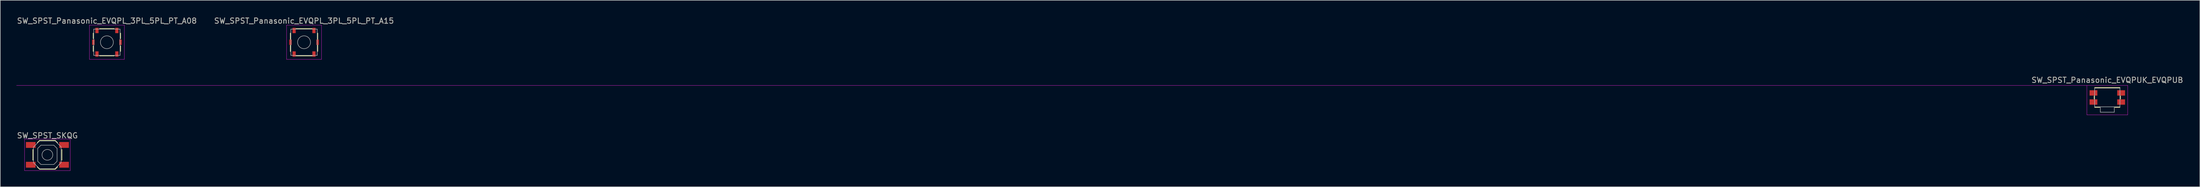
<source format=kicad_pcb>
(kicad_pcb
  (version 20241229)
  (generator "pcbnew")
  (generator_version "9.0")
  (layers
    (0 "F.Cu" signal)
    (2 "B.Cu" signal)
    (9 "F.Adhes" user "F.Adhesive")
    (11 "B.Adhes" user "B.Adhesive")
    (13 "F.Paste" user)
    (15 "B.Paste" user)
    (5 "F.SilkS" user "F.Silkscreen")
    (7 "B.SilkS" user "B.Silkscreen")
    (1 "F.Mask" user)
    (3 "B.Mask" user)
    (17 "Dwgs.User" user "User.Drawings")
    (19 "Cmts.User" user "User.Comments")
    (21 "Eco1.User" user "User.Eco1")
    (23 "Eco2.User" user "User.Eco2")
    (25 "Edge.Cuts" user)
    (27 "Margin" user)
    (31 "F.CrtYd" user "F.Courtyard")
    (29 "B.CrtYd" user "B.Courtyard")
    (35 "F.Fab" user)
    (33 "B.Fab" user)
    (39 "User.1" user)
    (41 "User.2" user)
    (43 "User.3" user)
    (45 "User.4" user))
  (footprint "SW_SPST_Panasonic_EVQPL_3PL_5PL_PT_A15"
    (layer "F.Cu")
    (at 53.518 4.848)
    (property "Reference" "SW_SPST_Panasonic_EVQPL_3PL_5PL_PT_A15" (at 0 -4 0) (layer "F.SilkS") (effects (font (size 1 1) (thickness 0.15))))
    (attr smd)
    (fp_line (start -2.55 -1.7) (end -2.55 -0.55) (stroke (width 0.12) (type solid)) (layer "F.SilkS"))
    (fp_line (start -2.55 0.575) (end -2.55 1.725) (stroke (width 0.12) (type solid)) (layer "F.SilkS"))
    (fp_line (start -1.5 -2.55) (end 1.5 -2.55) (stroke (width 0.12) (type solid)) (layer "F.SilkS"))
    (fp_line (start -1.5 2.55) (end 1.5 2.55) (stroke (width 0.12) (type solid)) (layer "F.SilkS"))
    (fp_line (start 2.55 -1.7) (end 2.55 -0.55) (stroke (width 0.12) (type solid)) (layer "F.SilkS"))
    (fp_line (start 2.55 0.55) (end 2.55 1.7) (stroke (width 0.12) (type solid)) (layer "F.SilkS"))
    (fp_line (start -3.25 -3.2) (end 3.25 -3.2) (stroke (width 0.05) (type solid)) (layer "F.CrtYd"))
    (fp_line (start -3.25 3.2) (end -3.25 -3.2) (stroke (width 0.05) (type solid)) (layer "F.CrtYd"))
    (fp_line (start -3.25 3.2) (end 3.25 3.2) (stroke (width 0.05) (type solid)) (layer "F.CrtYd"))
    (fp_line (start 3.25 3.2) (end 3.25 -3.2) (stroke (width 0.05) (type solid)) (layer "F.CrtYd"))
    (fp_line (start -2.45 -2.45) (end -2.45 2.45) (stroke (width 0.1) (type solid)) (layer "F.Fab"))
    (fp_line (start -2.45 -2.45) (end 2.45 -2.45) (stroke (width 0.1) (type solid)) (layer "F.Fab"))
    (fp_line (start 2.45 -2.45) (end 2.45 2.45) (stroke (width 0.1) (type solid)) (layer "F.Fab"))
    (fp_line (start 2.45 2.45) (end -2.45 2.45) (stroke (width 0.1) (type solid)) (layer "F.Fab"))
    (fp_circle (center 0 0) (end 1.2 0) (stroke (width 0.1) (type solid)) (fill no) (layer "F.Fab"))
    (fp_text user "${REFERENCE}" (at 0 -4 0) (layer "F.Fab") (effects (font (size 1 1) (thickness 0.15))))
    (pad "" smd rect (at -2.525 0) (size 0.45 1) (layers "F.Cu" "F.Mask" "F.Paste"))
    (pad "" smd rect (at 2.525 0) (size 0.45 1) (layers "F.Cu" "F.Mask" "F.Paste"))
    (pad "1" smd rect (at -1.85 -2.2) (size 0.6 1) (layers "F.Cu" "F.Mask" "F.Paste"))
    (pad "1" smd rect (at -1.85 2.2) (size 0.6 1) (layers "F.Cu" "F.Mask" "F.Paste"))
    (pad "2" smd rect (at 1.85 -2.2) (size 0.6 1) (layers "F.Cu" "F.Mask" "F.Paste"))
    (pad "2" smd rect (at 1.85 2.2) (size 0.6 1) (layers "F.Cu" "F.Mask" "F.Paste")))
  (footprint "SW_SPST_Panasonic_EVQPL_3PL_5PL_PT_A08"
    (layer "F.Cu")
    (at 16.839 4.848)
    (property "Reference" "SW_SPST_Panasonic_EVQPL_3PL_5PL_PT_A08" (at 0 -4 0) (layer "F.SilkS") (effects (font (size 1 1) (thickness 0.15))))
    (attr smd)
    (fp_line (start -2.55 -1.7) (end -2.55 -0.675) (stroke (width 0.12) (type solid)) (layer "F.SilkS"))
    (fp_line (start -2.55 0.675) (end -2.55 1.7) (stroke (width 0.12) (type solid)) (layer "F.SilkS"))
    (fp_line (start -1.375 -2.55) (end 1.375 -2.55) (stroke (width 0.12) (type solid)) (layer "F.SilkS"))
    (fp_line (start -1.375 2.55) (end 1.375 2.55) (stroke (width 0.12) (type solid)) (layer "F.SilkS"))
    (fp_line (start 2.55 -1.7) (end 2.55 -0.675) (stroke (width 0.12) (type solid)) (layer "F.SilkS"))
    (fp_line (start 2.55 0.675) (end 2.55 1.7) (stroke (width 0.12) (type solid)) (layer "F.SilkS"))
    (fp_line (start -3.25 -3.2) (end 3.25 -3.2) (stroke (width 0.05) (type solid)) (layer "F.CrtYd"))
    (fp_line (start -3.25 3.2) (end -3.25 -3.2) (stroke (width 0.05) (type solid)) (layer "F.CrtYd"))
    (fp_line (start -3.25 3.2) (end 3.25 3.2) (stroke (width 0.05) (type solid)) (layer "F.CrtYd"))
    (fp_line (start 3.25 3.2) (end 3.25 -3.2) (stroke (width 0.05) (type solid)) (layer "F.CrtYd"))
    (fp_line (start -2.45 -2.45) (end -2.45 2.45) (stroke (width 0.1) (type solid)) (layer "F.Fab"))
    (fp_line (start -2.45 -2.45) (end 2.45 -2.45) (stroke (width 0.1) (type solid)) (layer "F.Fab"))
    (fp_line (start 2.45 -2.45) (end 2.45 2.45) (stroke (width 0.1) (type solid)) (layer "F.Fab"))
    (fp_line (start 2.45 2.45) (end -2.45 2.45) (stroke (width 0.1) (type solid)) (layer "F.Fab"))
    (fp_circle (center 0 0) (end 1.2 0) (stroke (width 0.1) (type solid)) (fill no) (layer "F.Fab"))
    (fp_text user "${REFERENCE}" (at 0 -4 0) (layer "F.Fab") (effects (font (size 1 1) (thickness 0.15))))
    (pad "0" smd rect (at -2.525 0) (size 0.45 1) (layers "F.Cu" "F.Mask" "F.Paste"))
    (pad "0" smd rect (at 2.525 0) (size 0.45 1) (layers "F.Cu" "F.Mask" "F.Paste"))
    (pad "1" smd rect (at -1.85 -2.2) (size 0.6 1) (layers "F.Cu" "F.Mask" "F.Paste"))
    (pad "1" smd rect (at -1.85 2.2) (size 0.6 1) (layers "F.Cu" "F.Mask" "F.Paste"))
    (pad "2" smd rect (at 1.85 -2.2) (size 0.6 1) (layers "F.Cu" "F.Mask" "F.Paste"))
    (pad "2" smd rect (at 1.85 2.2) (size 0.6 1) (layers "F.Cu" "F.Mask" "F.Paste")))
  (footprint "SW_SPST_SKQG"
    (layer "F.Cu")
    (at 5.768 25.895)
    (property "Reference" "SW_SPST_SKQG" (at 0 -3.6 0) (layer "F.SilkS") (effects (font (size 1 1) (thickness 0.15))))
    (attr smd)
    (fp_line (start -2.7 1) (end -2.7 -1) (stroke (width 0.12) (type solid)) (layer "F.SilkS"))
    (fp_line (start -1.9 -2.25) (end -1.45 -2.7) (stroke (width 0.12) (type solid)) (layer "F.SilkS"))
    (fp_line (start -1.45 -2.7) (end 1.45 -2.7) (stroke (width 0.12) (type solid)) (layer "F.SilkS"))
    (fp_line (start -1.45 2.7) (end -1.9 2.25) (stroke (width 0.12) (type solid)) (layer "F.SilkS"))
    (fp_line (start 1.45 -2.7) (end 1.9 -2.25) (stroke (width 0.12) (type solid)) (layer "F.SilkS"))
    (fp_line (start 1.45 2.7) (end -1.45 2.7) (stroke (width 0.12) (type solid)) (layer "F.SilkS"))
    (fp_line (start 1.9 2.25) (end 1.45 2.7) (stroke (width 0.12) (type solid)) (layer "F.SilkS"))
    (fp_line (start 2.7 -1) (end 2.7 1) (stroke (width 0.12) (type solid)) (layer "F.SilkS"))
    (fp_line (start -4.25 -2.95) (end -4.25 2.95) (stroke (width 0.05) (type solid)) (layer "F.CrtYd"))
    (fp_line (start -4.25 2.95) (end 4.25 2.95) (stroke (width 0.05) (type solid)) (layer "F.CrtYd"))
    (fp_line (start 4.25 -2.95) (end -4.25 -2.95) (stroke (width 0.05) (type solid)) (layer "F.CrtYd"))
    (fp_line (start 4.25 2.95) (end 4.25 -2.95) (stroke (width 0.05) (type solid)) (layer "F.CrtYd"))
    (fp_line (start -2.6 -1.45) (end -1.45 -2.6) (stroke (width 0.1) (type solid)) (layer "F.Fab"))
    (fp_line (start -2.6 1.45) (end -2.6 -1.45) (stroke (width 0.1) (type solid)) (layer "F.Fab"))
    (fp_line (start -1.8 -1.2) (end -1.2 -1.8) (stroke (width 0.1) (type solid)) (layer "F.Fab"))
    (fp_line (start -1.8 1.2) (end -1.8 -1.2) (stroke (width 0.1) (type solid)) (layer "F.Fab"))
    (fp_line (start -1.45 -2.6) (end 1.45 -2.6) (stroke (width 0.1) (type solid)) (layer "F.Fab"))
    (fp_line (start -1.45 2.6) (end -2.6 1.45) (stroke (width 0.1) (type solid)) (layer "F.Fab"))
    (fp_line (start -1.2 -1.8) (end 1.2 -1.8) (stroke (width 0.1) (type solid)) (layer "F.Fab"))
    (fp_line (start -1.2 1.8) (end -1.8 1.2) (stroke (width 0.1) (type solid)) (layer "F.Fab"))
    (fp_line (start 1.2 -1.8) (end 1.8 -1.2) (stroke (width 0.1) (type solid)) (layer "F.Fab"))
    (fp_line (start 1.2 1.8) (end -1.2 1.8) (stroke (width 0.1) (type solid)) (layer "F.Fab"))
    (fp_line (start 1.4 2.6) (end -1.45 2.6) (stroke (width 0.1) (type solid)) (layer "F.Fab"))
    (fp_line (start 1.45 -2.6) (end 2.55 -1.5) (stroke (width 0.1) (type solid)) (layer "F.Fab"))
    (fp_line (start 1.8 -1.2) (end 1.8 1.2) (stroke (width 0.1) (type solid)) (layer "F.Fab"))
    (fp_line (start 1.8 1.2) (end 1.2 1.8) (stroke (width 0.1) (type solid)) (layer "F.Fab"))
    (fp_line (start 2.55 -1.5) (end 2.55 1.45) (stroke (width 0.1) (type solid)) (layer "F.Fab"))
    (fp_line (start 2.55 1.45) (end 1.4 2.6) (stroke (width 0.1) (type solid)) (layer "F.Fab"))
    (fp_circle (center 0 0) (end 1 0) (stroke (width 0.1) (type solid)) (fill no) (layer "F.Fab"))
    (fp_text user "${REFERENCE}" (at 0 -3.6 0) (layer "F.Fab") (effects (font (size 1 1) (thickness 0.15))))
    (pad "1" smd rect (at -3.1 -1.85) (size 1.8 1.1) (layers "F.Cu" "F.Mask" "F.Paste"))
    (pad "1" smd rect (at 3.1 -1.85) (size 1.8 1.1) (layers "F.Cu" "F.Mask" "F.Paste"))
    (pad "2" smd rect (at -3.1 1.85) (size 1.8 1.1) (layers "F.Cu" "F.Mask" "F.Paste"))
    (pad "2" smd rect (at 3.1 1.85) (size 1.8 1.1) (layers "F.Cu" "F.Mask" "F.Paste")))
  (footprint "SW_SPST_Panasonic_EVQPUK_EVQPUB"
    (layer "F.Cu")
    (at 389.025 15.171)
    (property "Reference" "SW_SPST_Panasonic_EVQPUK_EVQPUB" (at 0 -3.25 0) (layer "F.SilkS") (effects (font (size 1 1) (thickness 0.15))))
    (attr smd)
    (fp_line (start -2.45 -0.275) (end -2.45 0.275) (stroke (width 0.12) (type solid)) (layer "F.SilkS"))
    (fp_line (start -2.35 -1.85) (end 2.35 -1.85) (stroke (width 0.12) (type solid)) (layer "F.SilkS"))
    (fp_line (start -2.35 1.85) (end -1.425 1.85) (stroke (width 0.12) (type solid)) (layer "F.SilkS"))
    (fp_line (start 1.425 1.85) (end 2.35 1.85) (stroke (width 0.12) (type solid)) (layer "F.SilkS"))
    (fp_line (start 2.45 -0.275) (end 2.45 0.275) (stroke (width 0.12) (type solid)) (layer "F.SilkS"))
    (fp_line (start -389 -2.25) (end 3.8 -2.25) (stroke (width 0.05) (type solid)) (layer "F.CrtYd"))
    (fp_line (start -3.8 -2.25) (end -3.8 3.25) (stroke (width 0.05) (type solid)) (layer "F.CrtYd"))
    (fp_line (start -3.8 3.25) (end 3.8 3.25) (stroke (width 0.05) (type solid)) (layer "F.CrtYd"))
    (fp_line (start 3.8 -2.25) (end 3.8 3.25) (stroke (width 0.05) (type solid)) (layer "F.CrtYd"))
    (fp_line (start -2.35 -1.75) (end -2.35 1.75) (stroke (width 0.1) (type solid)) (layer "F.Fab"))
    (fp_line (start -2.35 -1.75) (end 2.35 -1.75) (stroke (width 0.1) (type solid)) (layer "F.Fab"))
    (fp_line (start -2.35 1.75) (end 2.35 1.75) (stroke (width 0.1) (type solid)) (layer "F.Fab"))
    (fp_line (start -1.3 2.75) (end -1.3 1.75) (stroke (width 0.1) (type solid)) (layer "F.Fab"))
    (fp_line (start -1.3 2.75) (end 1.3 2.75) (stroke (width 0.1) (type solid)) (layer "F.Fab"))
    (fp_line (start 1.3 2.75) (end 1.3 1.75) (stroke (width 0.1) (type solid)) (layer "F.Fab"))
    (fp_line (start 2.35 -1.75) (end 2.35 1.75) (stroke (width 0.1) (type solid)) (layer "F.Fab"))
    (fp_text user "${REFERENCE}" (at 0 -3.25 0) (layer "F.Fab") (effects (font (size 1 1) (thickness 0.15))))
    (pad "1" smd rect (at 2.575 -0.85) (size 1.45 1) (layers "F.Cu" "F.Mask" "F.Paste"))
    (pad "1" smd rect (at 2.575 0.85) (size 1.45 1) (layers "F.Cu" "F.Mask" "F.Paste"))
    (pad "2" smd rect (at -2.575 -0.85) (size 1.45 1) (layers "F.Cu" "F.Mask" "F.Paste"))
    (pad "2" smd rect (at -2.575 0.85) (size 1.45 1) (layers "F.Cu" "F.Mask" "F.Paste")))
  (gr_rect
    (start -3 -3)
    (end 406.245 31.87)
    (stroke (width 0.1) (type default))
    (fill no)
    (layer "Edge.Cuts")))
</source>
